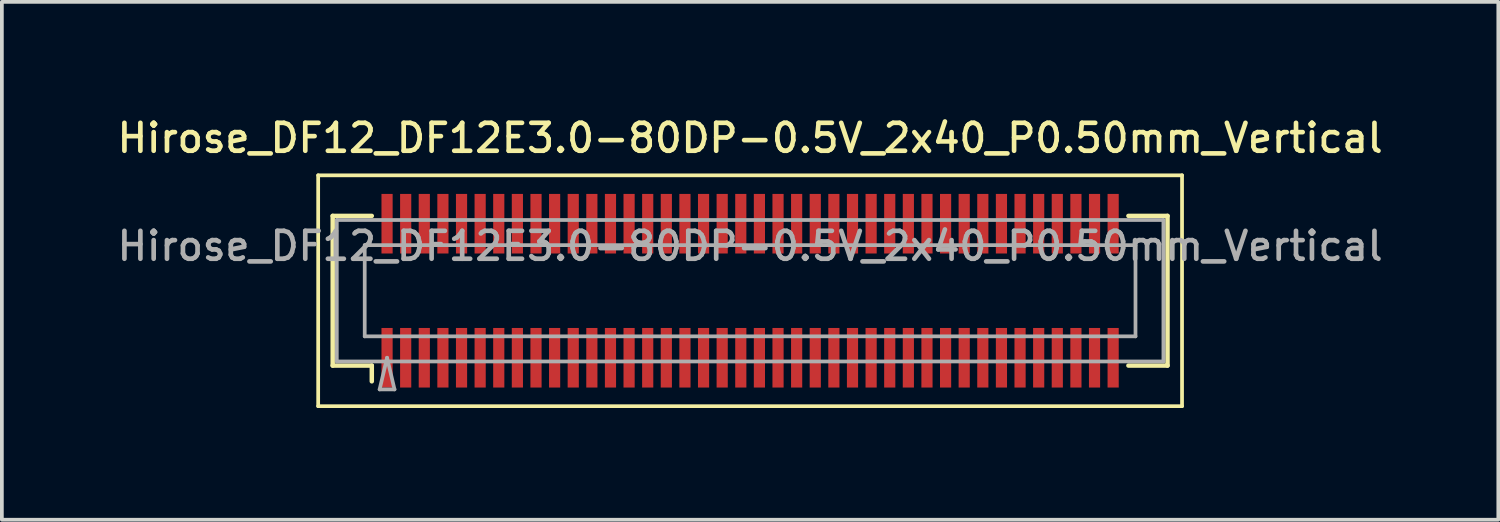
<source format=kicad_pcb>
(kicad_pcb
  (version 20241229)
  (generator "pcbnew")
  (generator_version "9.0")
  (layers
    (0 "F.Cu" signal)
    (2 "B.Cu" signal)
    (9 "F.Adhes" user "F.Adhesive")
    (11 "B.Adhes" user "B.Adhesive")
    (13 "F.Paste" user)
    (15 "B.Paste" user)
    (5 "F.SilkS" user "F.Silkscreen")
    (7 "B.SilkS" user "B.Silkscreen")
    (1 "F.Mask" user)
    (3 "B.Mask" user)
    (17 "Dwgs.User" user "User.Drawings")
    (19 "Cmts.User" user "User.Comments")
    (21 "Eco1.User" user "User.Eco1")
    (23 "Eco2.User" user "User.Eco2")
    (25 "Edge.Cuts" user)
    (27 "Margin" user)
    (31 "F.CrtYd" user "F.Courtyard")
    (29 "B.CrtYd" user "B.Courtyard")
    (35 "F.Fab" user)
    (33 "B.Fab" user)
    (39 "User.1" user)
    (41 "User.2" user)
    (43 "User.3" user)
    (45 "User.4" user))
  (footprint "Hirose_DF12_DF12E3.0-80DP-0.5V_2x40_P0.50mm_Vertical"
    (layer "F.Cu")
    (at 17.095 4.758)
    (property "Reference" "Hirose_DF12_DF12E3.0-80DP-0.5V_2x40_P0.50mm_Vertical" (at 0 -4.1 0) (layer "F.SilkS") (effects (font (size 0.75 0.75) (thickness 0.125))))
    (attr smd)
    (fp_line (start -11.6 -3.1) (end -11.6 3.1) (stroke (width 0.1) (type solid)) (layer "F.SilkS"))
    (fp_line (start -11.6 3.1) (end 11.6 3.1) (stroke (width 0.1) (type solid)) (layer "F.SilkS"))
    (fp_line (start -11.21 -2.01) (end -10.16 -2.01) (stroke (width 0.12) (type solid)) (layer "F.SilkS"))
    (fp_line (start -11.21 2.01) (end -11.21 -2.01) (stroke (width 0.12) (type solid)) (layer "F.SilkS"))
    (fp_line (start -10.16 2.01) (end -11.21 2.01) (stroke (width 0.12) (type solid)) (layer "F.SilkS"))
    (fp_line (start -10.16 2.433) (end -10.16 2.01) (stroke (width 0.12) (type solid)) (layer "F.SilkS"))
    (fp_line (start 10.16 2.01) (end 11.21 2.01) (stroke (width 0.12) (type solid)) (layer "F.SilkS"))
    (fp_line (start 11.21 -2.01) (end 10.16 -2.01) (stroke (width 0.12) (type solid)) (layer "F.SilkS"))
    (fp_line (start 11.21 2.01) (end 11.21 -2.01) (stroke (width 0.12) (type solid)) (layer "F.SilkS"))
    (fp_line (start 11.6 -3.1) (end -11.6 -3.1) (stroke (width 0.1) (type solid)) (layer "F.SilkS"))
    (fp_line (start 11.6 3.1) (end 11.6 -3.1) (stroke (width 0.1) (type solid)) (layer "F.SilkS"))
    (fp_line (start -11.1 -1.9) (end 11.1 -1.9) (stroke (width 0.1) (type solid)) (layer "F.Fab"))
    (fp_line (start -11.1 1.9) (end -11.1 -1.9) (stroke (width 0.1) (type solid)) (layer "F.Fab"))
    (fp_line (start -10.35 -1.225) (end 10.35 -1.225) (stroke (width 0.1) (type solid)) (layer "F.Fab"))
    (fp_line (start -10.35 1.225) (end -10.35 -1.225) (stroke (width 0.1) (type solid)) (layer "F.Fab"))
    (fp_line (start -9.95 2.65) (end -9.75 1.8) (stroke (width 0.1) (type solid)) (layer "F.Fab"))
    (fp_line (start -9.75 1.8) (end -9.55 2.65) (stroke (width 0.1) (type solid)) (layer "F.Fab"))
    (fp_line (start -9.55 2.65) (end -9.95 2.65) (stroke (width 0.1) (type solid)) (layer "F.Fab"))
    (fp_line (start 10.35 -1.225) (end 10.35 1.225) (stroke (width 0.1) (type solid)) (layer "F.Fab"))
    (fp_line (start 10.35 1.225) (end -10.35 1.225) (stroke (width 0.1) (type solid)) (layer "F.Fab"))
    (fp_line (start 11.1 -1.9) (end 11.1 1.9) (stroke (width 0.1) (type solid)) (layer "F.Fab"))
    (fp_line (start 11.1 1.9) (end -11.1 1.9) (stroke (width 0.1) (type solid)) (layer "F.Fab"))
    (fp_text user "${REFERENCE}" (at 0 -1.2 0) (layer "F.Fab") (effects (font (size 0.75 0.75) (thickness 0.125))))
    (pad "" smd rect (at -9.75 -2) (size 0.28 1.2) (layers "F.Paste"))
    (pad "" smd rect (at -9.75 2) (size 0.28 1.2) (layers "F.Paste"))
    (pad "" smd rect (at -9.25 -2) (size 0.28 1.2) (layers "F.Paste"))
    (pad "" smd rect (at -9.25 2) (size 0.28 1.2) (layers "F.Paste"))
    (pad "" smd rect (at -8.75 -2) (size 0.28 1.2) (layers "F.Paste"))
    (pad "" smd rect (at -8.75 2) (size 0.28 1.2) (layers "F.Paste"))
    (pad "" smd rect (at -8.25 -2) (size 0.28 1.2) (layers "F.Paste"))
    (pad "" smd rect (at -8.25 2) (size 0.28 1.2) (layers "F.Paste"))
    (pad "" smd rect (at -7.75 -2) (size 0.28 1.2) (layers "F.Paste"))
    (pad "" smd rect (at -7.75 2) (size 0.28 1.2) (layers "F.Paste"))
    (pad "" smd rect (at -7.25 -2) (size 0.28 1.2) (layers "F.Paste"))
    (pad "" smd rect (at -7.25 2) (size 0.28 1.2) (layers "F.Paste"))
    (pad "" smd rect (at -6.75 -2) (size 0.28 1.2) (layers "F.Paste"))
    (pad "" smd rect (at -6.75 2) (size 0.28 1.2) (layers "F.Paste"))
    (pad "" smd rect (at -6.25 -2) (size 0.28 1.2) (layers "F.Paste"))
    (pad "" smd rect (at -6.25 2) (size 0.28 1.2) (layers "F.Paste"))
    (pad "" smd rect (at -5.75 -2) (size 0.28 1.2) (layers "F.Paste"))
    (pad "" smd rect (at -5.75 2) (size 0.28 1.2) (layers "F.Paste"))
    (pad "" smd rect (at -5.25 -2) (size 0.28 1.2) (layers "F.Paste"))
    (pad "" smd rect (at -5.25 2) (size 0.28 1.2) (layers "F.Paste"))
    (pad "" smd rect (at -4.75 -2) (size 0.28 1.2) (layers "F.Paste"))
    (pad "" smd rect (at -4.75 2) (size 0.28 1.2) (layers "F.Paste"))
    (pad "" smd rect (at -4.25 -2) (size 0.28 1.2) (layers "F.Paste"))
    (pad "" smd rect (at -4.25 2) (size 0.28 1.2) (layers "F.Paste"))
    (pad "" smd rect (at -3.75 -2) (size 0.28 1.2) (layers "F.Paste"))
    (pad "" smd rect (at -3.75 2) (size 0.28 1.2) (layers "F.Paste"))
    (pad "" smd rect (at -3.25 -2) (size 0.28 1.2) (layers "F.Paste"))
    (pad "" smd rect (at -3.25 2) (size 0.28 1.2) (layers "F.Paste"))
    (pad "" smd rect (at -2.75 -2) (size 0.28 1.2) (layers "F.Paste"))
    (pad "" smd rect (at -2.75 2) (size 0.28 1.2) (layers "F.Paste"))
    (pad "" smd rect (at -2.25 -2) (size 0.28 1.2) (layers "F.Paste"))
    (pad "" smd rect (at -2.25 2) (size 0.28 1.2) (layers "F.Paste"))
    (pad "" smd rect (at -1.75 -2) (size 0.28 1.2) (layers "F.Paste"))
    (pad "" smd rect (at -1.75 2) (size 0.28 1.2) (layers "F.Paste"))
    (pad "" smd rect (at -1.25 -2) (size 0.28 1.2) (layers "F.Paste"))
    (pad "" smd rect (at -1.25 2) (size 0.28 1.2) (layers "F.Paste"))
    (pad "" smd rect (at -0.75 -2) (size 0.28 1.2) (layers "F.Paste"))
    (pad "" smd rect (at -0.75 2) (size 0.28 1.2) (layers "F.Paste"))
    (pad "" smd rect (at -0.25 -2) (size 0.28 1.2) (layers "F.Paste"))
    (pad "" smd rect (at -0.25 2) (size 0.28 1.2) (layers "F.Paste"))
    (pad "" smd rect (at 0.25 -2) (size 0.28 1.2) (layers "F.Paste"))
    (pad "" smd rect (at 0.25 2) (size 0.28 1.2) (layers "F.Paste"))
    (pad "" smd rect (at 0.75 -2) (size 0.28 1.2) (layers "F.Paste"))
    (pad "" smd rect (at 0.75 2) (size 0.28 1.2) (layers "F.Paste"))
    (pad "" smd rect (at 1.25 -2) (size 0.28 1.2) (layers "F.Paste"))
    (pad "" smd rect (at 1.25 2) (size 0.28 1.2) (layers "F.Paste"))
    (pad "" smd rect (at 1.75 -2) (size 0.28 1.2) (layers "F.Paste"))
    (pad "" smd rect (at 1.75 2) (size 0.28 1.2) (layers "F.Paste"))
    (pad "" smd rect (at 2.25 -2) (size 0.28 1.2) (layers "F.Paste"))
    (pad "" smd rect (at 2.25 2) (size 0.28 1.2) (layers "F.Paste"))
    (pad "" smd rect (at 2.75 -2) (size 0.28 1.2) (layers "F.Paste"))
    (pad "" smd rect (at 2.75 2) (size 0.28 1.2) (layers "F.Paste"))
    (pad "" smd rect (at 3.25 -2) (size 0.28 1.2) (layers "F.Paste"))
    (pad "" smd rect (at 3.25 2) (size 0.28 1.2) (layers "F.Paste"))
    (pad "" smd rect (at 3.75 -2) (size 0.28 1.2) (layers "F.Paste"))
    (pad "" smd rect (at 3.75 2) (size 0.28 1.2) (layers "F.Paste"))
    (pad "" smd rect (at 4.25 -2) (size 0.28 1.2) (layers "F.Paste"))
    (pad "" smd rect (at 4.25 2) (size 0.28 1.2) (layers "F.Paste"))
    (pad "" smd rect (at 4.75 -2) (size 0.28 1.2) (layers "F.Paste"))
    (pad "" smd rect (at 4.75 2) (size 0.28 1.2) (layers "F.Paste"))
    (pad "" smd rect (at 5.25 -2) (size 0.28 1.2) (layers "F.Paste"))
    (pad "" smd rect (at 5.25 2) (size 0.28 1.2) (layers "F.Paste"))
    (pad "" smd rect (at 5.75 -2) (size 0.28 1.2) (layers "F.Paste"))
    (pad "" smd rect (at 5.75 2) (size 0.28 1.2) (layers "F.Paste"))
    (pad "" smd rect (at 6.25 -2) (size 0.28 1.2) (layers "F.Paste"))
    (pad "" smd rect (at 6.25 2) (size 0.28 1.2) (layers "F.Paste"))
    (pad "" smd rect (at 6.75 -2) (size 0.28 1.2) (layers "F.Paste"))
    (pad "" smd rect (at 6.75 2) (size 0.28 1.2) (layers "F.Paste"))
    (pad "" smd rect (at 7.25 -2) (size 0.28 1.2) (layers "F.Paste"))
    (pad "" smd rect (at 7.25 2) (size 0.28 1.2) (layers "F.Paste"))
    (pad "" smd rect (at 7.75 -2) (size 0.28 1.2) (layers "F.Paste"))
    (pad "" smd rect (at 7.75 2) (size 0.28 1.2) (layers "F.Paste"))
    (pad "" smd rect (at 8.25 -2) (size 0.28 1.2) (layers "F.Paste"))
    (pad "" smd rect (at 8.25 2) (size 0.28 1.2) (layers "F.Paste"))
    (pad "" smd rect (at 8.75 -2) (size 0.28 1.2) (layers "F.Paste"))
    (pad "" smd rect (at 8.75 2) (size 0.28 1.2) (layers "F.Paste"))
    (pad "" smd rect (at 9.25 -2) (size 0.28 1.2) (layers "F.Paste"))
    (pad "" smd rect (at 9.25 2) (size 0.28 1.2) (layers "F.Paste"))
    (pad "" smd rect (at 9.75 -2) (size 0.28 1.2) (layers "F.Paste"))
    (pad "" smd rect (at 9.75 2) (size 0.28 1.2) (layers "F.Paste"))
    (pad "1" smd rect (at -9.75 1.8) (size 0.3 1.6) (layers "F.Cu" "F.Mask"))
    (pad "2" smd rect (at -9.25 1.8) (size 0.3 1.6) (layers "F.Cu" "F.Mask"))
    (pad "3" smd rect (at -8.75 1.8) (size 0.3 1.6) (layers "F.Cu" "F.Mask"))
    (pad "4" smd rect (at -8.25 1.8) (size 0.3 1.6) (layers "F.Cu" "F.Mask"))
    (pad "5" smd rect (at -7.75 1.8) (size 0.3 1.6) (layers "F.Cu" "F.Mask"))
    (pad "6" smd rect (at -7.25 1.8) (size 0.3 1.6) (layers "F.Cu" "F.Mask"))
    (pad "7" smd rect (at -6.75 1.8) (size 0.3 1.6) (layers "F.Cu" "F.Mask"))
    (pad "8" smd rect (at -6.25 1.8) (size 0.3 1.6) (layers "F.Cu" "F.Mask"))
    (pad "9" smd rect (at -5.75 1.8) (size 0.3 1.6) (layers "F.Cu" "F.Mask"))
    (pad "10" smd rect (at -5.25 1.8) (size 0.3 1.6) (layers "F.Cu" "F.Mask"))
    (pad "11" smd rect (at -4.75 1.8) (size 0.3 1.6) (layers "F.Cu" "F.Mask"))
    (pad "12" smd rect (at -4.25 1.8) (size 0.3 1.6) (layers "F.Cu" "F.Mask"))
    (pad "13" smd rect (at -3.75 1.8) (size 0.3 1.6) (layers "F.Cu" "F.Mask"))
    (pad "14" smd rect (at -3.25 1.8) (size 0.3 1.6) (layers "F.Cu" "F.Mask"))
    (pad "15" smd rect (at -2.75 1.8) (size 0.3 1.6) (layers "F.Cu" "F.Mask"))
    (pad "16" smd rect (at -2.25 1.8) (size 0.3 1.6) (layers "F.Cu" "F.Mask"))
    (pad "17" smd rect (at -1.75 1.8) (size 0.3 1.6) (layers "F.Cu" "F.Mask"))
    (pad "18" smd rect (at -1.25 1.8) (size 0.3 1.6) (layers "F.Cu" "F.Mask"))
    (pad "19" smd rect (at -0.75 1.8) (size 0.3 1.6) (layers "F.Cu" "F.Mask"))
    (pad "20" smd rect (at -0.25 1.8) (size 0.3 1.6) (layers "F.Cu" "F.Mask"))
    (pad "21" smd rect (at 0.25 1.8) (size 0.3 1.6) (layers "F.Cu" "F.Mask"))
    (pad "22" smd rect (at 0.75 1.8) (size 0.3 1.6) (layers "F.Cu" "F.Mask"))
    (pad "23" smd rect (at 1.25 1.8) (size 0.3 1.6) (layers "F.Cu" "F.Mask"))
    (pad "24" smd rect (at 1.75 1.8) (size 0.3 1.6) (layers "F.Cu" "F.Mask"))
    (pad "25" smd rect (at 2.25 1.8) (size 0.3 1.6) (layers "F.Cu" "F.Mask"))
    (pad "26" smd rect (at 2.75 1.8) (size 0.3 1.6) (layers "F.Cu" "F.Mask"))
    (pad "27" smd rect (at 3.25 1.8) (size 0.3 1.6) (layers "F.Cu" "F.Mask"))
    (pad "28" smd rect (at 3.75 1.8) (size 0.3 1.6) (layers "F.Cu" "F.Mask"))
    (pad "29" smd rect (at 4.25 1.8) (size 0.3 1.6) (layers "F.Cu" "F.Mask"))
    (pad "30" smd rect (at 4.75 1.8) (size 0.3 1.6) (layers "F.Cu" "F.Mask"))
    (pad "31" smd rect (at 5.25 1.8) (size 0.3 1.6) (layers "F.Cu" "F.Mask"))
    (pad "32" smd rect (at 5.75 1.8) (size 0.3 1.6) (layers "F.Cu" "F.Mask"))
    (pad "33" smd rect (at 6.25 1.8) (size 0.3 1.6) (layers "F.Cu" "F.Mask"))
    (pad "34" smd rect (at 6.75 1.8) (size 0.3 1.6) (layers "F.Cu" "F.Mask"))
    (pad "35" smd rect (at 7.25 1.8) (size 0.3 1.6) (layers "F.Cu" "F.Mask"))
    (pad "36" smd rect (at 7.75 1.8) (size 0.3 1.6) (layers "F.Cu" "F.Mask"))
    (pad "37" smd rect (at 8.25 1.8) (size 0.3 1.6) (layers "F.Cu" "F.Mask"))
    (pad "38" smd rect (at 8.75 1.8) (size 0.3 1.6) (layers "F.Cu" "F.Mask"))
    (pad "39" smd rect (at 9.25 1.8) (size 0.3 1.6) (layers "F.Cu" "F.Mask"))
    (pad "40" smd rect (at 9.75 1.8) (size 0.3 1.6) (layers "F.Cu" "F.Mask"))
    (pad "41" smd rect (at -9.75 -1.8) (size 0.3 1.6) (layers "F.Cu" "F.Mask"))
    (pad "42" smd rect (at -9.25 -1.8) (size 0.3 1.6) (layers "F.Cu" "F.Mask"))
    (pad "43" smd rect (at -8.75 -1.8) (size 0.3 1.6) (layers "F.Cu" "F.Mask"))
    (pad "44" smd rect (at -8.25 -1.8) (size 0.3 1.6) (layers "F.Cu" "F.Mask"))
    (pad "45" smd rect (at -7.75 -1.8) (size 0.3 1.6) (layers "F.Cu" "F.Mask"))
    (pad "46" smd rect (at -7.25 -1.8) (size 0.3 1.6) (layers "F.Cu" "F.Mask"))
    (pad "47" smd rect (at -6.75 -1.8) (size 0.3 1.6) (layers "F.Cu" "F.Mask"))
    (pad "48" smd rect (at -6.25 -1.8) (size 0.3 1.6) (layers "F.Cu" "F.Mask"))
    (pad "49" smd rect (at -5.75 -1.8) (size 0.3 1.6) (layers "F.Cu" "F.Mask"))
    (pad "50" smd rect (at -5.25 -1.8) (size 0.3 1.6) (layers "F.Cu" "F.Mask"))
    (pad "51" smd rect (at -4.75 -1.8) (size 0.3 1.6) (layers "F.Cu" "F.Mask"))
    (pad "52" smd rect (at -4.25 -1.8) (size 0.3 1.6) (layers "F.Cu" "F.Mask"))
    (pad "53" smd rect (at -3.75 -1.8) (size 0.3 1.6) (layers "F.Cu" "F.Mask"))
    (pad "54" smd rect (at -3.25 -1.8) (size 0.3 1.6) (layers "F.Cu" "F.Mask"))
    (pad "55" smd rect (at -2.75 -1.8) (size 0.3 1.6) (layers "F.Cu" "F.Mask"))
    (pad "56" smd rect (at -2.25 -1.8) (size 0.3 1.6) (layers "F.Cu" "F.Mask"))
    (pad "57" smd rect (at -1.75 -1.8) (size 0.3 1.6) (layers "F.Cu" "F.Mask"))
    (pad "58" smd rect (at -1.25 -1.8) (size 0.3 1.6) (layers "F.Cu" "F.Mask"))
    (pad "59" smd rect (at -0.75 -1.8) (size 0.3 1.6) (layers "F.Cu" "F.Mask"))
    (pad "60" smd rect (at -0.25 -1.8) (size 0.3 1.6) (layers "F.Cu" "F.Mask"))
    (pad "61" smd rect (at 0.25 -1.8) (size 0.3 1.6) (layers "F.Cu" "F.Mask"))
    (pad "62" smd rect (at 0.75 -1.8) (size 0.3 1.6) (layers "F.Cu" "F.Mask"))
    (pad "63" smd rect (at 1.25 -1.8) (size 0.3 1.6) (layers "F.Cu" "F.Mask"))
    (pad "64" smd rect (at 1.75 -1.8) (size 0.3 1.6) (layers "F.Cu" "F.Mask"))
    (pad "65" smd rect (at 2.25 -1.8) (size 0.3 1.6) (layers "F.Cu" "F.Mask"))
    (pad "66" smd rect (at 2.75 -1.8) (size 0.3 1.6) (layers "F.Cu" "F.Mask"))
    (pad "67" smd rect (at 3.25 -1.8) (size 0.3 1.6) (layers "F.Cu" "F.Mask"))
    (pad "68" smd rect (at 3.75 -1.8) (size 0.3 1.6) (layers "F.Cu" "F.Mask"))
    (pad "69" smd rect (at 4.25 -1.8) (size 0.3 1.6) (layers "F.Cu" "F.Mask"))
    (pad "70" smd rect (at 4.75 -1.8) (size 0.3 1.6) (layers "F.Cu" "F.Mask"))
    (pad "71" smd rect (at 5.25 -1.8) (size 0.3 1.6) (layers "F.Cu" "F.Mask"))
    (pad "72" smd rect (at 5.75 -1.8) (size 0.3 1.6) (layers "F.Cu" "F.Mask"))
    (pad "73" smd rect (at 6.25 -1.8) (size 0.3 1.6) (layers "F.Cu" "F.Mask"))
    (pad "74" smd rect (at 6.75 -1.8) (size 0.3 1.6) (layers "F.Cu" "F.Mask"))
    (pad "75" smd rect (at 7.25 -1.8) (size 0.3 1.6) (layers "F.Cu" "F.Mask"))
    (pad "76" smd rect (at 7.75 -1.8) (size 0.3 1.6) (layers "F.Cu" "F.Mask"))
    (pad "77" smd rect (at 8.25 -1.8) (size 0.3 1.6) (layers "F.Cu" "F.Mask"))
    (pad "78" smd rect (at 8.75 -1.8) (size 0.3 1.6) (layers "F.Cu" "F.Mask"))
    (pad "79" smd rect (at 9.25 -1.8) (size 0.3 1.6) (layers "F.Cu" "F.Mask"))
    (pad "80" smd rect (at 9.75 -1.8) (size 0.3 1.6) (layers "F.Cu" "F.Mask")))
  (gr_rect
    (start -3 -3)
    (end 37.189 10.908)
    (stroke (width 0.1) (type default))
    (fill no)
    (layer "Edge.Cuts")))
</source>
